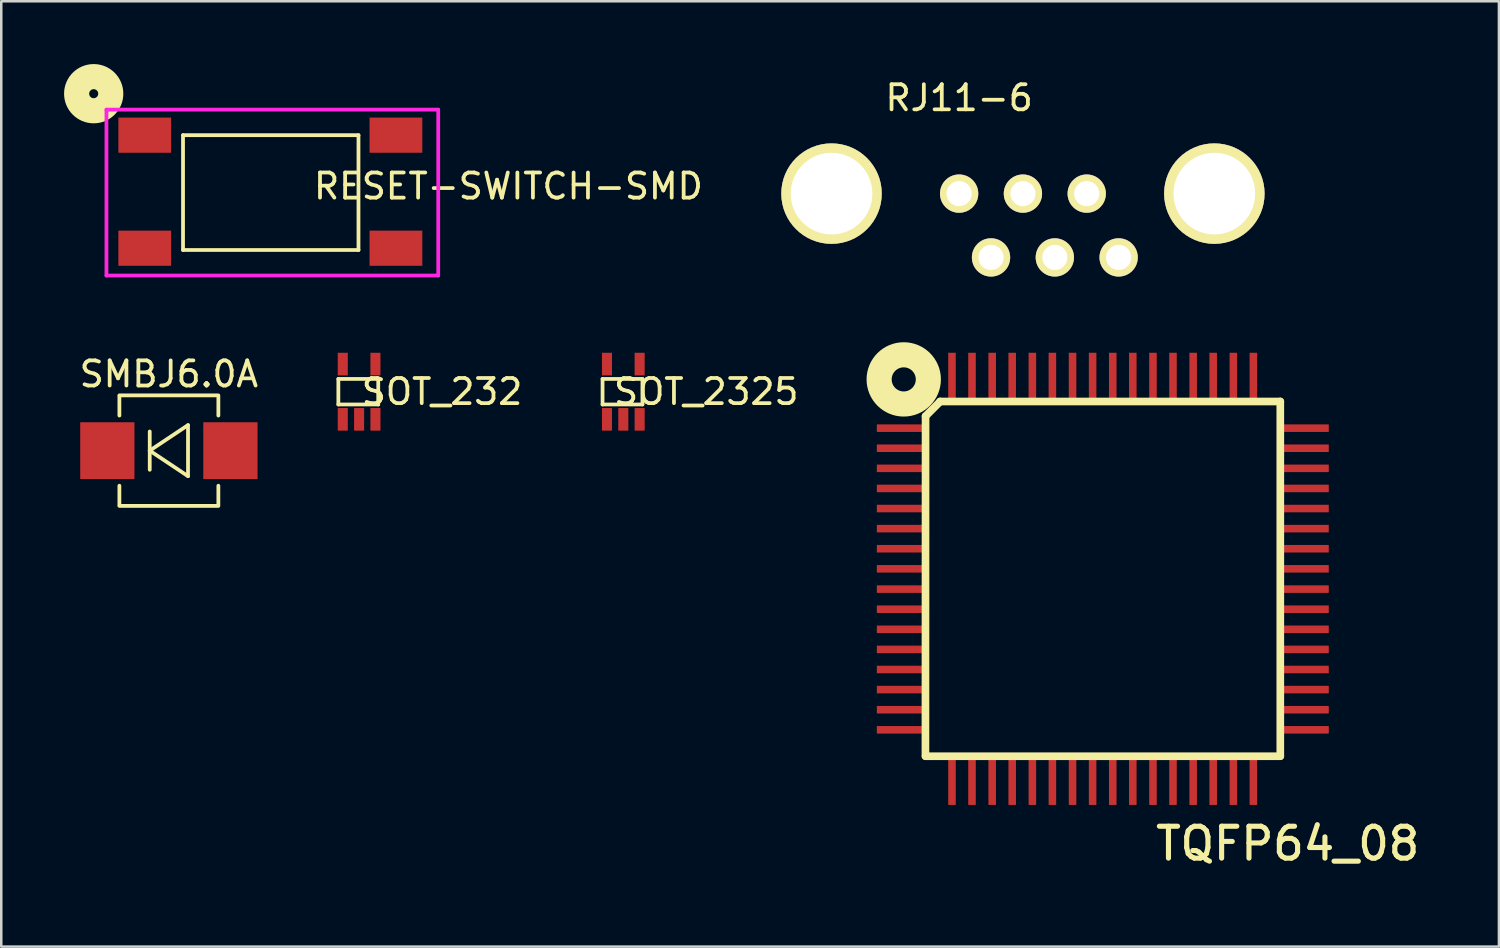
<source format=kicad_pcb>
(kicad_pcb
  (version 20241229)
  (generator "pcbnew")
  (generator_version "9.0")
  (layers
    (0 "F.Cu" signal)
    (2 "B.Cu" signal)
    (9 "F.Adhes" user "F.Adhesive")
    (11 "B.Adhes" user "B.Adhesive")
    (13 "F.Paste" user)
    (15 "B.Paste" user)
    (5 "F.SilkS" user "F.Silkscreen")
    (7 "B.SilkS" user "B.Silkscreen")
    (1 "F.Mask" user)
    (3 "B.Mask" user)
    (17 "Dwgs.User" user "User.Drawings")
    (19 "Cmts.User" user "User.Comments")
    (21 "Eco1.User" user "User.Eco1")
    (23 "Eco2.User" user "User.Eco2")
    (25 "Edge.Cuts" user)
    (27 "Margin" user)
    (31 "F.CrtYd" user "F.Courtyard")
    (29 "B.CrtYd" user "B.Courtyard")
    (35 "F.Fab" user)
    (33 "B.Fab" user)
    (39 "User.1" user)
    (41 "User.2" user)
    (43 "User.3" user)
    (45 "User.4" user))
  (footprint "SMBJ6.0A"
    (layer "F.Cu")
    (at 3.673 14.89)
    (property "Reference" "SMBJ6.0A" (at 0 -3.048 0) (layer "F.SilkS") (effects (font (size 1 1) (thickness 0.15))))
    (attr through_hole)
    (fp_line (start -1.97 -2.2) (end 1.97 -2.2) (stroke (width 0.15) (type solid)) (layer "F.SilkS"))
    (fp_line (start -1.97 -2.159) (end -1.97 -1.397) (stroke (width 0.15) (type solid)) (layer "F.SilkS"))
    (fp_line (start -1.97 2.159) (end -1.97 1.397) (stroke (width 0.15) (type solid)) (layer "F.SilkS"))
    (fp_line (start -1.97 2.2) (end 1.97 2.2) (stroke (width 0.15) (type solid)) (layer "F.SilkS"))
    (fp_line (start -0.762 -0.762) (end -0.762 0.762) (stroke (width 0.15) (type solid)) (layer "F.SilkS"))
    (fp_line (start -0.762 0) (end 0.762 -1.016) (stroke (width 0.15) (type solid)) (layer "F.SilkS"))
    (fp_line (start 0.762 -1.016) (end 0.762 1.016) (stroke (width 0.15) (type solid)) (layer "F.SilkS"))
    (fp_line (start 0.762 1.016) (end -0.762 0) (stroke (width 0.15) (type solid)) (layer "F.SilkS"))
    (fp_line (start 1.97 -2.159) (end 1.97 -1.397) (stroke (width 0.15) (type solid)) (layer "F.SilkS"))
    (fp_line (start 1.97 2.159) (end 1.97 1.397) (stroke (width 0.15) (type solid)) (layer "F.SilkS"))
    (pad "1" smd rect (at -2.45 0) (size 2.16 2.26) (layers "F.Cu" "F.Mask" "F.Paste"))
    (pad "2" smd rect (at 2.45 0) (size 2.16 2.26) (layers "F.Cu" "F.Mask" "F.Paste")))
  (footprint "RESET-SWITCH-SMD"
    (layer "F.Cu")
    (at 2.712 2.331)
    (property "Reference" "RESET-SWITCH-SMD" (at 14.478 2.032 0) (layer "F.SilkS") (effects (font (size 1 1) (thickness 0.15))))
    (attr through_hole)
    (fp_line (start 1.524 0) (end 1.524 4.572) (stroke (width 0.15) (type solid)) (layer "F.SilkS"))
    (fp_line (start 1.524 4.572) (end 8.509 4.572) (stroke (width 0.15) (type solid)) (layer "F.SilkS"))
    (fp_line (start 8.509 0) (end 1.524 0) (stroke (width 0.15) (type solid)) (layer "F.SilkS"))
    (fp_line (start 8.509 4.572) (end 8.509 0) (stroke (width 0.15) (type solid)) (layer "F.SilkS"))
    (fp_circle (center -2.032 -1.651) (end -1.905 -1.524) (stroke (width 1) (type solid)) (fill no) (layer "F.SilkS"))
    (fp_line (start -1.524 -1.016) (end 11.684 -1.016) (stroke (width 0.15) (type solid)) (layer "F.CrtYd"))
    (fp_line (start -1.524 5.588) (end -1.524 -1.016) (stroke (width 0.15) (type solid)) (layer "F.CrtYd"))
    (fp_line (start 11.684 -1.016) (end 11.684 5.588) (stroke (width 0.15) (type solid)) (layer "F.CrtYd"))
    (fp_line (start 11.684 5.588) (end -1.524 5.588) (stroke (width 0.15) (type solid)) (layer "F.CrtYd"))
    (pad "1" smd rect (at 0 0) (size 2.1 1.4) (layers "F.Cu" "F.Mask" "F.Paste"))
    (pad "2" smd rect (at 10 0) (size 2.1 1.4) (layers "F.Cu" "F.Mask" "F.Paste"))
    (pad "3" smd rect (at 0 4.5) (size 2.1 1.4) (layers "F.Cu" "F.Mask" "F.Paste"))
    (pad "4" smd rect (at 10 4.5) (size 2.1 1.4) (layers "F.Cu" "F.Mask" "F.Paste")))
  (footprint "TQFP64_08"
    (placed yes)
    (layer "F.Cu")
    (at 40.848 19.994)
    (property "Reference" "TQFP64_08" (at 7.366 10.541 0) (layer "F.SilkS") (effects (font (size 1.27 1.27) (thickness 0.203))))
    (attr through_hole)
    (fp_line (start -7.051 -6.477) (end -7.056 7.061) (stroke (width 0.305) (type solid)) (layer "F.SilkS"))
    (fp_line (start -7.051 -6.477) (end -6.467 -7.061) (stroke (width 0.305) (type solid)) (layer "F.SilkS"))
    (fp_line (start -7.051 7.061) (end 7.071 7.061) (stroke (width 0.305) (type solid)) (layer "F.SilkS"))
    (fp_line (start 7.071 -7.061) (end -6.477 -7.061) (stroke (width 0.305) (type solid)) (layer "F.SilkS"))
    (fp_line (start 7.071 -7.061) (end 7.071 7.061) (stroke (width 0.305) (type solid)) (layer "F.SilkS"))
    (fp_circle (center -7.92 -7.94) (end -7.513 -7.686) (stroke (width 1) (type solid)) (fill no) (layer "F.SilkS"))
    (pad "1" smd rect (at -7.991 -5.999) (size 1.999 0.3) (layers "F.Cu" "F.Mask" "F.Paste"))
    (pad "2" smd rect (at -7.991 -5.199) (size 1.999 0.3) (layers "F.Cu" "F.Mask" "F.Paste"))
    (pad "3" smd rect (at -7.991 -4.399) (size 1.999 0.3) (layers "F.Cu" "F.Mask" "F.Paste"))
    (pad "4" smd rect (at -7.991 -3.599) (size 1.999 0.3) (layers "F.Cu" "F.Mask" "F.Paste"))
    (pad "5" smd rect (at -7.991 -2.799) (size 1.999 0.3) (layers "F.Cu" "F.Mask" "F.Paste"))
    (pad "6" smd rect (at -7.991 -1.999) (size 1.999 0.3) (layers "F.Cu" "F.Mask" "F.Paste"))
    (pad "7" smd rect (at -7.991 -1.199) (size 1.999 0.3) (layers "F.Cu" "F.Mask" "F.Paste"))
    (pad "8" smd rect (at -7.991 -0.399) (size 1.999 0.3) (layers "F.Cu" "F.Mask" "F.Paste"))
    (pad "9" smd rect (at -7.991 0.409) (size 1.999 0.3) (layers "F.Cu" "F.Mask" "F.Paste"))
    (pad "10" smd rect (at -7.991 1.209) (size 1.999 0.3) (layers "F.Cu" "F.Mask" "F.Paste"))
    (pad "11" smd rect (at -7.991 2.009) (size 1.999 0.3) (layers "F.Cu" "F.Mask" "F.Paste"))
    (pad "12" smd rect (at -7.991 2.809) (size 1.999 0.3) (layers "F.Cu" "F.Mask" "F.Paste"))
    (pad "13" smd rect (at -7.991 3.609) (size 1.999 0.3) (layers "F.Cu" "F.Mask" "F.Paste"))
    (pad "14" smd rect (at -7.991 4.409) (size 1.999 0.3) (layers "F.Cu" "F.Mask" "F.Paste"))
    (pad "15" smd rect (at -7.991 5.21) (size 1.999 0.3) (layers "F.Cu" "F.Mask" "F.Paste"))
    (pad "16" smd rect (at -7.991 6.01) (size 1.999 0.3) (layers "F.Cu" "F.Mask" "F.Paste"))
    (pad "17" smd rect (at -5.999 8.001) (size 0.3 1.999) (layers "F.Cu" "F.Mask" "F.Paste"))
    (pad "18" smd rect (at -5.202 8.001) (size 0.3 1.999) (layers "F.Cu" "F.Mask" "F.Paste"))
    (pad "19" smd rect (at -4.399 8.001) (size 0.3 1.999) (layers "F.Cu" "F.Mask" "F.Paste"))
    (pad "20" smd rect (at -3.602 8.001) (size 0.3 1.999) (layers "F.Cu" "F.Mask" "F.Paste"))
    (pad "21" smd rect (at -2.799 8.001) (size 0.3 1.999) (layers "F.Cu" "F.Mask" "F.Paste"))
    (pad "22" smd rect (at -2.002 8.001) (size 0.3 1.999) (layers "F.Cu" "F.Mask" "F.Paste"))
    (pad "23" smd rect (at -1.199 8.001) (size 0.3 1.999) (layers "F.Cu" "F.Mask" "F.Paste"))
    (pad "24" smd rect (at -0.401 8.001) (size 0.3 1.999) (layers "F.Cu" "F.Mask" "F.Paste"))
    (pad "25" smd rect (at 0.401 8.001) (size 0.3 1.999) (layers "F.Cu" "F.Mask" "F.Paste"))
    (pad "26" smd rect (at 1.199 8.001) (size 0.3 1.999) (layers "F.Cu" "F.Mask" "F.Paste"))
    (pad "27" smd rect (at 2.002 8.001) (size 0.3 1.999) (layers "F.Cu" "F.Mask" "F.Paste"))
    (pad "28" smd rect (at 2.799 8.001) (size 0.3 1.999) (layers "F.Cu" "F.Mask" "F.Paste"))
    (pad "29" smd rect (at 3.602 8.001) (size 0.3 1.999) (layers "F.Cu" "F.Mask" "F.Paste"))
    (pad "30" smd rect (at 4.399 8.001) (size 0.3 1.999) (layers "F.Cu" "F.Mask" "F.Paste"))
    (pad "31" smd rect (at 5.202 8.001) (size 0.3 1.999) (layers "F.Cu" "F.Mask" "F.Paste"))
    (pad "32" smd rect (at 5.999 8.001) (size 0.3 1.999) (layers "F.Cu" "F.Mask" "F.Paste"))
    (pad "33" smd rect (at 8.001 6.01) (size 1.999 0.3) (layers "F.Cu" "F.Mask" "F.Paste"))
    (pad "34" smd rect (at 8.001 5.21) (size 1.999 0.3) (layers "F.Cu" "F.Mask" "F.Paste"))
    (pad "35" smd rect (at 8.001 4.409) (size 1.999 0.3) (layers "F.Cu" "F.Mask" "F.Paste"))
    (pad "36" smd rect (at 8.001 3.609) (size 1.999 0.3) (layers "F.Cu" "F.Mask" "F.Paste"))
    (pad "37" smd rect (at 8.001 2.809) (size 1.999 0.3) (layers "F.Cu" "F.Mask" "F.Paste"))
    (pad "38" smd rect (at 8.001 2.009) (size 1.999 0.3) (layers "F.Cu" "F.Mask" "F.Paste"))
    (pad "39" smd rect (at 8.001 1.209) (size 1.999 0.3) (layers "F.Cu" "F.Mask" "F.Paste"))
    (pad "40" smd rect (at 8.001 0.409) (size 1.999 0.3) (layers "F.Cu" "F.Mask" "F.Paste"))
    (pad "41" smd rect (at 8.001 -0.399) (size 1.999 0.3) (layers "F.Cu" "F.Mask" "F.Paste"))
    (pad "42" smd rect (at 8.001 -1.199) (size 1.999 0.3) (layers "F.Cu" "F.Mask" "F.Paste"))
    (pad "43" smd rect (at 8.001 -1.999) (size 1.999 0.3) (layers "F.Cu" "F.Mask" "F.Paste"))
    (pad "44" smd rect (at 8.001 -2.799) (size 1.999 0.3) (layers "F.Cu" "F.Mask" "F.Paste"))
    (pad "45" smd rect (at 8.001 -3.599) (size 1.999 0.3) (layers "F.Cu" "F.Mask" "F.Paste"))
    (pad "46" smd rect (at 8.001 -4.399) (size 1.999 0.3) (layers "F.Cu" "F.Mask" "F.Paste"))
    (pad "47" smd rect (at 8.001 -5.199) (size 1.999 0.3) (layers "F.Cu" "F.Mask" "F.Paste"))
    (pad "48" smd rect (at 8.001 -5.999) (size 1.999 0.3) (layers "F.Cu" "F.Mask" "F.Paste"))
    (pad "49" smd rect (at 5.999 -8.001) (size 0.3 1.999) (layers "F.Cu" "F.Mask" "F.Paste"))
    (pad "50" smd rect (at 5.202 -8.001) (size 0.3 1.999) (layers "F.Cu" "F.Mask" "F.Paste"))
    (pad "51" smd rect (at 4.399 -8.001) (size 0.3 1.999) (layers "F.Cu" "F.Mask" "F.Paste"))
    (pad "52" smd rect (at 3.602 -8.001) (size 0.3 1.999) (layers "F.Cu" "F.Mask" "F.Paste"))
    (pad "53" smd rect (at 2.799 -8.001) (size 0.3 1.999) (layers "F.Cu" "F.Mask" "F.Paste"))
    (pad "54" smd rect (at 2.002 -8.001) (size 0.3 1.999) (layers "F.Cu" "F.Mask" "F.Paste"))
    (pad "55" smd rect (at 1.199 -8.001) (size 0.3 1.999) (layers "F.Cu" "F.Mask" "F.Paste"))
    (pad "56" smd rect (at 0.401 -8.001) (size 0.3 1.999) (layers "F.Cu" "F.Mask" "F.Paste"))
    (pad "57" smd rect (at -0.401 -8.001) (size 0.3 1.999) (layers "F.Cu" "F.Mask" "F.Paste"))
    (pad "58" smd rect (at -1.199 -8.001) (size 0.3 1.999) (layers "F.Cu" "F.Mask" "F.Paste"))
    (pad "59" smd rect (at -2.002 -8.001) (size 0.3 1.999) (layers "F.Cu" "F.Mask" "F.Paste"))
    (pad "60" smd rect (at -2.799 -8.001) (size 0.3 1.999) (layers "F.Cu" "F.Mask" "F.Paste"))
    (pad "61" smd rect (at -3.602 -8.001) (size 0.3 1.999) (layers "F.Cu" "F.Mask" "F.Paste"))
    (pad "62" smd rect (at -4.399 -8.001) (size 0.3 1.999) (layers "F.Cu" "F.Mask" "F.Paste"))
    (pad "63" smd rect (at -5.202 -8.001) (size 0.3 1.999) (layers "F.Cu" "F.Mask" "F.Paste"))
    (pad "64" smd rect (at -5.999 -8.001) (size 0.3 1.999) (layers "F.Cu" "F.Mask" "F.Paste")))
  (footprint "SOT_232"
    (layer "F.Cu")
    (at 11.245 12.544)
    (property "Reference" "SOT_232" (at 3.303 -0.00036 0) (layer "F.SilkS") (effects (font (size 1 1) (thickness 0.15))))
    (attr through_hole)
    (fp_line (start -0.825 -0.508) (end 0.763 -0.508) (stroke (width 0.15) (type solid)) (layer "F.SilkS"))
    (fp_line (start -0.825 0.508) (end -0.825 -0.508) (stroke (width 0.15) (type solid)) (layer "F.SilkS"))
    (fp_line (start 0.763 -0.508) (end 0.763 0.508) (stroke (width 0.15) (type solid)) (layer "F.SilkS"))
    (fp_line (start 0.763 0.508) (end -0.825 0.508) (stroke (width 0.15) (type solid)) (layer "F.SilkS"))
    (pad "1" smd rect (at -0.649 -1.1) (size 0.4 0.9) (layers "F.Cu" "F.Mask" "F.Paste"))
    (pad "2" smd rect (at 0.651 -1.1) (size 0.4 0.9) (layers "F.Cu" "F.Mask" "F.Paste"))
    (pad "3" smd rect (at 0.651 1.1) (size 0.4 0.9) (layers "F.Cu" "F.Mask" "F.Paste"))
    (pad "4" smd rect (at 0.001 1.1) (size 0.4 0.9) (layers "F.Cu" "F.Mask" "F.Paste"))
    (pad "5" smd rect (at -0.649 1.1) (size 0.4 0.9) (layers "F.Cu" "F.Mask" "F.Paste")))
  (footprint "SOT_2325"
    (layer "F.Cu")
    (at 21.763 12.544)
    (property "Reference" "SOT_2325" (at 3.303 -0.00036 0) (layer "F.SilkS") (effects (font (size 1 1) (thickness 0.15))))
    (attr through_hole)
    (fp_line (start -0.825 -0.508) (end 0.763 -0.508) (stroke (width 0.15) (type solid)) (layer "F.SilkS"))
    (fp_line (start -0.825 0.508) (end -0.825 -0.508) (stroke (width 0.15) (type solid)) (layer "F.SilkS"))
    (fp_line (start 0.763 -0.508) (end 0.763 0.508) (stroke (width 0.15) (type solid)) (layer "F.SilkS"))
    (fp_line (start 0.763 0.508) (end -0.825 0.508) (stroke (width 0.15) (type solid)) (layer "F.SilkS"))
    (pad "1" smd rect (at -0.649 -1.1) (size 0.4 0.9) (layers "F.Cu" "F.Mask" "F.Paste"))
    (pad "2" smd rect (at 0.651 -1.1) (size 0.4 0.9) (layers "F.Cu" "F.Mask" "F.Paste"))
    (pad "3" smd rect (at 0.651 1.1) (size 0.4 0.9) (layers "F.Cu" "F.Mask" "F.Paste"))
    (pad "4" smd rect (at 0.001 1.1) (size 0.4 0.9) (layers "F.Cu" "F.Mask" "F.Paste"))
    (pad "5" smd rect (at -0.649 1.1) (size 0.4 0.9) (layers "F.Cu" "F.Mask" "F.Paste")))
  (footprint "RJ11-6"
    (layer "F.Cu")
    (at 37.673 5.928)
    (property "Reference" "RJ11-6" (at -2.54 -5.08 0) (layer "F.SilkS") (effects (font (size 1 1) (thickness 0.15))))
    (attr through_hole)
    (pad "1" thru_hole circle (at 2.54 -1.27) (size 1.524 1.524) (drill 1) (layers "*.Cu" "*.Mask" "F.SilkS"))
    (pad "2" thru_hole circle (at 0 -1.27) (size 1.524 1.524) (drill 1) (layers "*.Cu" "*.Mask" "F.SilkS"))
    (pad "3" thru_hole circle (at -2.54 -1.27) (size 1.524 1.524) (drill 1) (layers "*.Cu" "*.Mask" "F.SilkS"))
    (pad "4" thru_hole circle (at -1.27 1.27) (size 1.524 1.524) (drill 1) (layers "*.Cu" "*.Mask" "F.SilkS"))
    (pad "5" thru_hole circle (at 1.27 1.27) (size 1.524 1.524) (drill 1) (layers "*.Cu" "*.Mask" "F.SilkS"))
    (pad "6" thru_hole circle (at 3.81 1.27) (size 1.524 1.524) (drill 1) (layers "*.Cu" "*.Mask" "F.SilkS"))
    (pad "7" thru_hole circle (at 7.62 -1.27) (size 4 4) (drill 3.25) (layers "*.Cu" "*.Mask" "F.SilkS"))
    (pad "8" thru_hole circle (at -7.62 -1.27) (size 4 4) (drill 3.25) (layers "*.Cu" "*.Mask" "F.SilkS")))
  (gr_rect
    (start -3 -3)
    (end 56.623 34.635)
    (stroke (width 0.1) (type default))
    (fill no)
    (layer "Edge.Cuts")))
</source>
